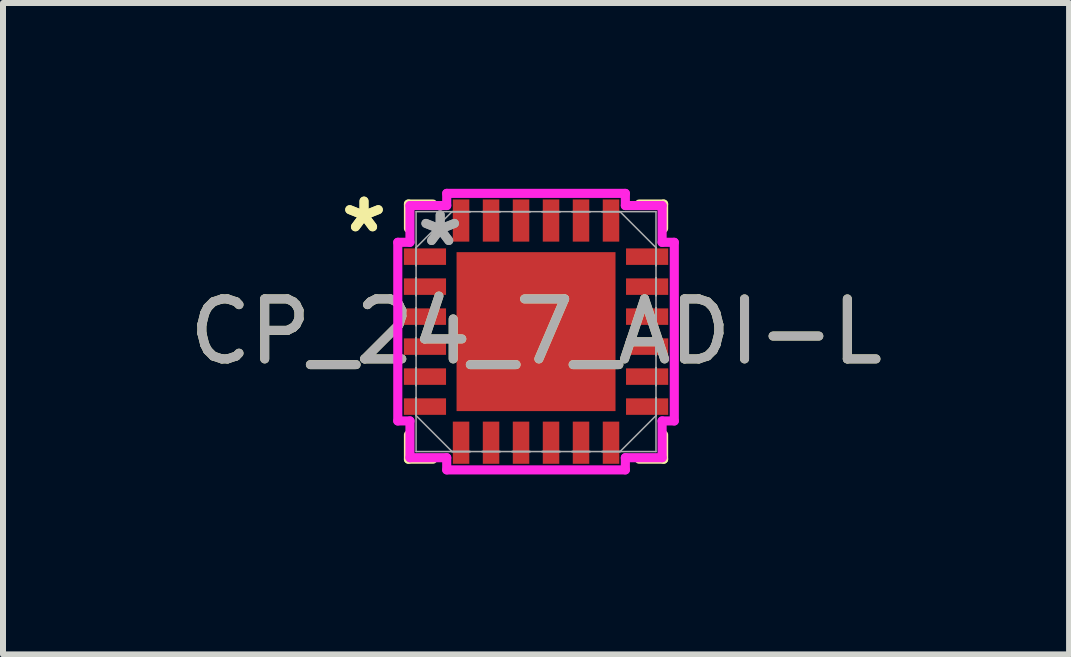
<source format=kicad_pcb>
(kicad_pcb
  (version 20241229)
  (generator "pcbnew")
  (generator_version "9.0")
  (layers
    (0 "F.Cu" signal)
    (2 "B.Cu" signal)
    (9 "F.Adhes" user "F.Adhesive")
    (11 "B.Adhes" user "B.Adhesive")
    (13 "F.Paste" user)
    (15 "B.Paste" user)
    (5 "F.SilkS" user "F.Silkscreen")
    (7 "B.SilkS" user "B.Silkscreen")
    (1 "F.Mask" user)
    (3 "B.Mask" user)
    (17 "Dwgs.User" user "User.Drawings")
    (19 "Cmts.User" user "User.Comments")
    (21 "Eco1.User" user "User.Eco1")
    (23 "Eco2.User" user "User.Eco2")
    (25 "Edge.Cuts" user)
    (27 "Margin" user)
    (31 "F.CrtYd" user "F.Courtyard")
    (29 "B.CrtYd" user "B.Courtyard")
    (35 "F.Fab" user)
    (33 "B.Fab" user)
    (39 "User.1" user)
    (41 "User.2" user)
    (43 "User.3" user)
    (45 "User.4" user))
  (footprint "CP_24_7_ADI-L"
    (layer "F.Cu")
    (at 5.887 2.479)
    (property "Reference" "CP_24_7_ADI-L" (at 0 0 0) (unlocked yes) (layer "F.SilkS") (effects (font (size 1 1) (thickness 0.15))))
    (attr smd)
    (fp_line (start -2.127 -2.127) (end -2.127 -1.72) (stroke (width 0.152) (type solid)) (layer "F.SilkS"))
    (fp_line (start -2.127 1.72) (end -2.127 2.127) (stroke (width 0.152) (type solid)) (layer "F.SilkS"))
    (fp_line (start -2.127 2.127) (end -1.72 2.127) (stroke (width 0.152) (type solid)) (layer "F.SilkS"))
    (fp_line (start -1.72 -2.127) (end -2.127 -2.127) (stroke (width 0.152) (type solid)) (layer "F.SilkS"))
    (fp_line (start 1.72 2.127) (end 2.127 2.127) (stroke (width 0.152) (type solid)) (layer "F.SilkS"))
    (fp_line (start 2.127 -2.127) (end 1.72 -2.127) (stroke (width 0.152) (type solid)) (layer "F.SilkS"))
    (fp_line (start 2.127 -1.72) (end 2.127 -2.127) (stroke (width 0.152) (type solid)) (layer "F.SilkS"))
    (fp_line (start 2.127 2.127) (end 2.127 1.72) (stroke (width 0.152) (type solid)) (layer "F.SilkS"))
    (fp_poly (pts (xy -1.225 -1.225) (xy -1.225 -0.1) (xy -0.1 -0.1) (xy -0.1 -1.225)) (stroke (width 0) (type solid)) (fill yes) (layer "F.Paste"))
    (fp_poly (pts (xy -1.225 0.1) (xy -1.225 1.225) (xy -0.1 1.225) (xy -0.1 0.1)) (stroke (width 0) (type solid)) (fill yes) (layer "F.Paste"))
    (fp_poly (pts (xy 0.1 -1.225) (xy 0.1 -0.1) (xy 1.225 -0.1) (xy 1.225 -1.225)) (stroke (width 0) (type solid)) (fill yes) (layer "F.Paste"))
    (fp_poly (pts (xy 0.1 0.1) (xy 0.1 1.225) (xy 1.225 1.225) (xy 1.225 0.1)) (stroke (width 0) (type solid)) (fill yes) (layer "F.Paste"))
    (fp_line (start -2.305 -1.489) (end -2.102 -1.489) (stroke (width 0.152) (type solid)) (layer "F.CrtYd"))
    (fp_line (start -2.305 1.489) (end -2.305 -1.489) (stroke (width 0.152) (type solid)) (layer "F.CrtYd"))
    (fp_line (start -2.102 -2.102) (end -1.489 -2.102) (stroke (width 0.152) (type solid)) (layer "F.CrtYd"))
    (fp_line (start -2.102 -1.489) (end -2.102 -2.102) (stroke (width 0.152) (type solid)) (layer "F.CrtYd"))
    (fp_line (start -2.102 1.489) (end -2.305 1.489) (stroke (width 0.152) (type solid)) (layer "F.CrtYd"))
    (fp_line (start -2.102 2.102) (end -2.102 1.489) (stroke (width 0.152) (type solid)) (layer "F.CrtYd"))
    (fp_line (start -1.489 -2.305) (end 1.489 -2.305) (stroke (width 0.152) (type solid)) (layer "F.CrtYd"))
    (fp_line (start -1.489 -2.102) (end -1.489 -2.305) (stroke (width 0.152) (type solid)) (layer "F.CrtYd"))
    (fp_line (start -1.489 2.102) (end -2.102 2.102) (stroke (width 0.152) (type solid)) (layer "F.CrtYd"))
    (fp_line (start -1.489 2.305) (end -1.489 2.102) (stroke (width 0.152) (type solid)) (layer "F.CrtYd"))
    (fp_line (start 1.489 -2.305) (end 1.489 -2.102) (stroke (width 0.152) (type solid)) (layer "F.CrtYd"))
    (fp_line (start 1.489 -2.102) (end 2.102 -2.102) (stroke (width 0.152) (type solid)) (layer "F.CrtYd"))
    (fp_line (start 1.489 2.102) (end 1.489 2.305) (stroke (width 0.152) (type solid)) (layer "F.CrtYd"))
    (fp_line (start 1.489 2.305) (end -1.489 2.305) (stroke (width 0.152) (type solid)) (layer "F.CrtYd"))
    (fp_line (start 2.102 -2.102) (end 2.102 -1.489) (stroke (width 0.152) (type solid)) (layer "F.CrtYd"))
    (fp_line (start 2.102 -1.489) (end 2.305 -1.489) (stroke (width 0.152) (type solid)) (layer "F.CrtYd"))
    (fp_line (start 2.102 1.489) (end 2.102 2.102) (stroke (width 0.152) (type solid)) (layer "F.CrtYd"))
    (fp_line (start 2.102 2.102) (end 1.489 2.102) (stroke (width 0.152) (type solid)) (layer "F.CrtYd"))
    (fp_line (start 2.305 -1.489) (end 2.305 1.489) (stroke (width 0.152) (type solid)) (layer "F.CrtYd"))
    (fp_line (start 2.305 1.489) (end 2.102 1.489) (stroke (width 0.152) (type solid)) (layer "F.CrtYd"))
    (fp_line (start -2 -2) (end -2 2) (stroke (width 0.025) (type solid)) (layer "F.Fab"))
    (fp_line (start -2 -1.4) (end -2 -1.4) (stroke (width 0.025) (type solid)) (layer "F.Fab"))
    (fp_line (start -2 -1.4) (end -2 -1.1) (stroke (width 0.025) (type solid)) (layer "F.Fab"))
    (fp_line (start -2 -1.4) (end -1.4 -2) (stroke (width 0.025) (type solid)) (layer "F.Fab"))
    (fp_line (start -2 -1.1) (end -2 -1.4) (stroke (width 0.025) (type solid)) (layer "F.Fab"))
    (fp_line (start -2 -1.1) (end -2 -1.1) (stroke (width 0.025) (type solid)) (layer "F.Fab"))
    (fp_line (start -2 -0.9) (end -2 -0.9) (stroke (width 0.025) (type solid)) (layer "F.Fab"))
    (fp_line (start -2 -0.9) (end -2 -0.6) (stroke (width 0.025) (type solid)) (layer "F.Fab"))
    (fp_line (start -2 -0.6) (end -2 -0.9) (stroke (width 0.025) (type solid)) (layer "F.Fab"))
    (fp_line (start -2 -0.6) (end -2 -0.6) (stroke (width 0.025) (type solid)) (layer "F.Fab"))
    (fp_line (start -2 -0.4) (end -2 -0.4) (stroke (width 0.025) (type solid)) (layer "F.Fab"))
    (fp_line (start -2 -0.4) (end -2 -0.1) (stroke (width 0.025) (type solid)) (layer "F.Fab"))
    (fp_line (start -2 -0.1) (end -2 -0.4) (stroke (width 0.025) (type solid)) (layer "F.Fab"))
    (fp_line (start -2 -0.1) (end -2 -0.1) (stroke (width 0.025) (type solid)) (layer "F.Fab"))
    (fp_line (start -2 0.1) (end -2 0.1) (stroke (width 0.025) (type solid)) (layer "F.Fab"))
    (fp_line (start -2 0.1) (end -2 0.4) (stroke (width 0.025) (type solid)) (layer "F.Fab"))
    (fp_line (start -2 0.4) (end -2 0.1) (stroke (width 0.025) (type solid)) (layer "F.Fab"))
    (fp_line (start -2 0.4) (end -2 0.4) (stroke (width 0.025) (type solid)) (layer "F.Fab"))
    (fp_line (start -2 0.6) (end -2 0.6) (stroke (width 0.025) (type solid)) (layer "F.Fab"))
    (fp_line (start -2 0.6) (end -2 0.9) (stroke (width 0.025) (type solid)) (layer "F.Fab"))
    (fp_line (start -2 0.9) (end -2 0.6) (stroke (width 0.025) (type solid)) (layer "F.Fab"))
    (fp_line (start -2 0.9) (end -2 0.9) (stroke (width 0.025) (type solid)) (layer "F.Fab"))
    (fp_line (start -2 1.1) (end -2 1.1) (stroke (width 0.025) (type solid)) (layer "F.Fab"))
    (fp_line (start -2 1.1) (end -2 1.4) (stroke (width 0.025) (type solid)) (layer "F.Fab"))
    (fp_line (start -2 1.4) (end -2 1.1) (stroke (width 0.025) (type solid)) (layer "F.Fab"))
    (fp_line (start -2 1.4) (end -2 1.4) (stroke (width 0.025) (type solid)) (layer "F.Fab"))
    (fp_line (start -2 2) (end 2 2) (stroke (width 0.025) (type solid)) (layer "F.Fab"))
    (fp_line (start -1.4 -2) (end -1.4 -2) (stroke (width 0.025) (type solid)) (layer "F.Fab"))
    (fp_line (start -1.4 -2) (end -1.1 -2) (stroke (width 0.025) (type solid)) (layer "F.Fab"))
    (fp_line (start -1.4 2) (end -2 1.4) (stroke (width 0.025) (type solid)) (layer "F.Fab"))
    (fp_line (start -1.4 2) (end -1.4 2) (stroke (width 0.025) (type solid)) (layer "F.Fab"))
    (fp_line (start -1.4 2) (end -1.1 2) (stroke (width 0.025) (type solid)) (layer "F.Fab"))
    (fp_line (start -1.1 -2) (end -1.4 -2) (stroke (width 0.025) (type solid)) (layer "F.Fab"))
    (fp_line (start -1.1 -2) (end -1.1 -2) (stroke (width 0.025) (type solid)) (layer "F.Fab"))
    (fp_line (start -1.1 2) (end -1.4 2) (stroke (width 0.025) (type solid)) (layer "F.Fab"))
    (fp_line (start -1.1 2) (end -1.1 2) (stroke (width 0.025) (type solid)) (layer "F.Fab"))
    (fp_line (start -0.9 -2) (end -0.9 -2) (stroke (width 0.025) (type solid)) (layer "F.Fab"))
    (fp_line (start -0.9 -2) (end -0.6 -2) (stroke (width 0.025) (type solid)) (layer "F.Fab"))
    (fp_line (start -0.9 2) (end -0.9 2) (stroke (width 0.025) (type solid)) (layer "F.Fab"))
    (fp_line (start -0.9 2) (end -0.6 2) (stroke (width 0.025) (type solid)) (layer "F.Fab"))
    (fp_line (start -0.6 -2) (end -0.9 -2) (stroke (width 0.025) (type solid)) (layer "F.Fab"))
    (fp_line (start -0.6 -2) (end -0.6 -2) (stroke (width 0.025) (type solid)) (layer "F.Fab"))
    (fp_line (start -0.6 2) (end -0.9 2) (stroke (width 0.025) (type solid)) (layer "F.Fab"))
    (fp_line (start -0.6 2) (end -0.6 2) (stroke (width 0.025) (type solid)) (layer "F.Fab"))
    (fp_line (start -0.4 -2) (end -0.4 -2) (stroke (width 0.025) (type solid)) (layer "F.Fab"))
    (fp_line (start -0.4 -2) (end -0.1 -2) (stroke (width 0.025) (type solid)) (layer "F.Fab"))
    (fp_line (start -0.4 2) (end -0.4 2) (stroke (width 0.025) (type solid)) (layer "F.Fab"))
    (fp_line (start -0.4 2) (end -0.1 2) (stroke (width 0.025) (type solid)) (layer "F.Fab"))
    (fp_line (start -0.1 -2) (end -0.4 -2) (stroke (width 0.025) (type solid)) (layer "F.Fab"))
    (fp_line (start -0.1 -2) (end -0.1 -2) (stroke (width 0.025) (type solid)) (layer "F.Fab"))
    (fp_line (start -0.1 2) (end -0.4 2) (stroke (width 0.025) (type solid)) (layer "F.Fab"))
    (fp_line (start -0.1 2) (end -0.1 2) (stroke (width 0.025) (type solid)) (layer "F.Fab"))
    (fp_line (start 0.1 -2) (end 0.1 -2) (stroke (width 0.025) (type solid)) (layer "F.Fab"))
    (fp_line (start 0.1 -2) (end 0.4 -2) (stroke (width 0.025) (type solid)) (layer "F.Fab"))
    (fp_line (start 0.1 2) (end 0.1 2) (stroke (width 0.025) (type solid)) (layer "F.Fab"))
    (fp_line (start 0.1 2) (end 0.4 2) (stroke (width 0.025) (type solid)) (layer "F.Fab"))
    (fp_line (start 0.4 -2) (end 0.1 -2) (stroke (width 0.025) (type solid)) (layer "F.Fab"))
    (fp_line (start 0.4 -2) (end 0.4 -2) (stroke (width 0.025) (type solid)) (layer "F.Fab"))
    (fp_line (start 0.4 2) (end 0.1 2) (stroke (width 0.025) (type solid)) (layer "F.Fab"))
    (fp_line (start 0.4 2) (end 0.4 2) (stroke (width 0.025) (type solid)) (layer "F.Fab"))
    (fp_line (start 0.6 -2) (end 0.6 -2) (stroke (width 0.025) (type solid)) (layer "F.Fab"))
    (fp_line (start 0.6 -2) (end 0.9 -2) (stroke (width 0.025) (type solid)) (layer "F.Fab"))
    (fp_line (start 0.6 2) (end 0.6 2) (stroke (width 0.025) (type solid)) (layer "F.Fab"))
    (fp_line (start 0.6 2) (end 0.9 2) (stroke (width 0.025) (type solid)) (layer "F.Fab"))
    (fp_line (start 0.9 -2) (end 0.6 -2) (stroke (width 0.025) (type solid)) (layer "F.Fab"))
    (fp_line (start 0.9 -2) (end 0.9 -2) (stroke (width 0.025) (type solid)) (layer "F.Fab"))
    (fp_line (start 0.9 2) (end 0.6 2) (stroke (width 0.025) (type solid)) (layer "F.Fab"))
    (fp_line (start 0.9 2) (end 0.9 2) (stroke (width 0.025) (type solid)) (layer "F.Fab"))
    (fp_line (start 1.1 -2) (end 1.1 -2) (stroke (width 0.025) (type solid)) (layer "F.Fab"))
    (fp_line (start 1.1 -2) (end 1.4 -2) (stroke (width 0.025) (type solid)) (layer "F.Fab"))
    (fp_line (start 1.1 2) (end 1.1 2) (stroke (width 0.025) (type solid)) (layer "F.Fab"))
    (fp_line (start 1.1 2) (end 1.4 2) (stroke (width 0.025) (type solid)) (layer "F.Fab"))
    (fp_line (start 1.4 -2) (end 1.1 -2) (stroke (width 0.025) (type solid)) (layer "F.Fab"))
    (fp_line (start 1.4 -2) (end 1.4 -2) (stroke (width 0.025) (type solid)) (layer "F.Fab"))
    (fp_line (start 1.4 -2) (end 2 -1.4) (stroke (width 0.025) (type solid)) (layer "F.Fab"))
    (fp_line (start 1.4 2) (end 1.1 2) (stroke (width 0.025) (type solid)) (layer "F.Fab"))
    (fp_line (start 1.4 2) (end 1.4 2) (stroke (width 0.025) (type solid)) (layer "F.Fab"))
    (fp_line (start 1.4 2) (end 2 1.4) (stroke (width 0.025) (type solid)) (layer "F.Fab"))
    (fp_line (start 2 -2) (end -2 -2) (stroke (width 0.025) (type solid)) (layer "F.Fab"))
    (fp_line (start 2 -1.4) (end 2 -1.4) (stroke (width 0.025) (type solid)) (layer "F.Fab"))
    (fp_line (start 2 -1.4) (end 2 -1.1) (stroke (width 0.025) (type solid)) (layer "F.Fab"))
    (fp_line (start 2 -1.1) (end 2 -1.4) (stroke (width 0.025) (type solid)) (layer "F.Fab"))
    (fp_line (start 2 -1.1) (end 2 -1.1) (stroke (width 0.025) (type solid)) (layer "F.Fab"))
    (fp_line (start 2 -0.9) (end 2 -0.9) (stroke (width 0.025) (type solid)) (layer "F.Fab"))
    (fp_line (start 2 -0.9) (end 2 -0.6) (stroke (width 0.025) (type solid)) (layer "F.Fab"))
    (fp_line (start 2 -0.6) (end 2 -0.9) (stroke (width 0.025) (type solid)) (layer "F.Fab"))
    (fp_line (start 2 -0.6) (end 2 -0.6) (stroke (width 0.025) (type solid)) (layer "F.Fab"))
    (fp_line (start 2 -0.4) (end 2 -0.4) (stroke (width 0.025) (type solid)) (layer "F.Fab"))
    (fp_line (start 2 -0.4) (end 2 -0.1) (stroke (width 0.025) (type solid)) (layer "F.Fab"))
    (fp_line (start 2 -0.1) (end 2 -0.4) (stroke (width 0.025) (type solid)) (layer "F.Fab"))
    (fp_line (start 2 -0.1) (end 2 -0.1) (stroke (width 0.025) (type solid)) (layer "F.Fab"))
    (fp_line (start 2 0.1) (end 2 0.1) (stroke (width 0.025) (type solid)) (layer "F.Fab"))
    (fp_line (start 2 0.1) (end 2 0.4) (stroke (width 0.025) (type solid)) (layer "F.Fab"))
    (fp_line (start 2 0.4) (end 2 0.1) (stroke (width 0.025) (type solid)) (layer "F.Fab"))
    (fp_line (start 2 0.4) (end 2 0.4) (stroke (width 0.025) (type solid)) (layer "F.Fab"))
    (fp_line (start 2 0.6) (end 2 0.6) (stroke (width 0.025) (type solid)) (layer "F.Fab"))
    (fp_line (start 2 0.6) (end 2 0.9) (stroke (width 0.025) (type solid)) (layer "F.Fab"))
    (fp_line (start 2 0.9) (end 2 0.6) (stroke (width 0.025) (type solid)) (layer "F.Fab"))
    (fp_line (start 2 0.9) (end 2 0.9) (stroke (width 0.025) (type solid)) (layer "F.Fab"))
    (fp_line (start 2 1.1) (end 2 1.1) (stroke (width 0.025) (type solid)) (layer "F.Fab"))
    (fp_line (start 2 1.1) (end 2 1.4) (stroke (width 0.025) (type solid)) (layer "F.Fab"))
    (fp_line (start 2 1.4) (end 2 1.1) (stroke (width 0.025) (type solid)) (layer "F.Fab"))
    (fp_line (start 2 1.4) (end 2 1.4) (stroke (width 0.025) (type solid)) (layer "F.Fab"))
    (fp_line (start 2 2) (end 2 -2) (stroke (width 0.025) (type solid)) (layer "F.Fab"))
    (fp_text user "*" (at -2.868 -1.631 0) (layer "F.SilkS") (effects (font (size 1 1) (thickness 0.15))))
    (fp_text user "*" (at -2.868 -1.631 0) (unlocked yes) (layer "F.SilkS") (effects (font (size 1 1) (thickness 0.15))))
    (fp_text user "${REFERENCE}" (at 0 0 0) (unlocked yes) (layer "F.Fab") (effects (font (size 1 1) (thickness 0.15))))
    (fp_text user "*" (at -1.598 -1.402 0) (layer "F.Fab") (effects (font (size 1 1) (thickness 0.15))))
    (fp_text user "*" (at -1.598 -1.402 0) (unlocked yes) (layer "F.Fab") (effects (font (size 1 1) (thickness 0.15))))
    (pad "1" smd rect (at 1.25 -1.852) (size 0.275 0.703) (layers "F.Cu" "F.Mask" "F.Paste"))
    (pad "2" smd rect (at 0.75 -1.852) (size 0.275 0.703) (layers "F.Cu" "F.Mask" "F.Paste"))
    (pad "3" smd rect (at 0.25 -1.852) (size 0.275 0.703) (layers "F.Cu" "F.Mask" "F.Paste"))
    (pad "4" smd rect (at -0.25 -1.852) (size 0.275 0.703) (layers "F.Cu" "F.Mask" "F.Paste"))
    (pad "5" smd rect (at -0.75 -1.852) (size 0.275 0.703) (layers "F.Cu" "F.Mask" "F.Paste"))
    (pad "6" smd rect (at -1.25 -1.852) (size 0.275 0.703) (layers "F.Cu" "F.Mask" "F.Paste"))
    (pad "7" smd rect (at -1.852 -1.25 90) (size 0.275 0.703) (layers "F.Cu" "F.Mask" "F.Paste"))
    (pad "8" smd rect (at -1.852 -0.75 90) (size 0.275 0.703) (layers "F.Cu" "F.Mask" "F.Paste"))
    (pad "9" smd rect (at -1.852 -0.25 90) (size 0.275 0.703) (layers "F.Cu" "F.Mask" "F.Paste"))
    (pad "10" smd rect (at -1.852 0.25 90) (size 0.275 0.703) (layers "F.Cu" "F.Mask" "F.Paste"))
    (pad "11" smd rect (at -1.852 0.75 90) (size 0.275 0.703) (layers "F.Cu" "F.Mask" "F.Paste"))
    (pad "12" smd rect (at -1.852 1.25 90) (size 0.275 0.703) (layers "F.Cu" "F.Mask" "F.Paste"))
    (pad "13" smd rect (at -1.25 1.852) (size 0.275 0.703) (layers "F.Cu" "F.Mask" "F.Paste"))
    (pad "14" smd rect (at -0.75 1.852) (size 0.275 0.703) (layers "F.Cu" "F.Mask" "F.Paste"))
    (pad "15" smd rect (at -0.25 1.852) (size 0.275 0.703) (layers "F.Cu" "F.Mask" "F.Paste"))
    (pad "16" smd rect (at 0.25 1.852) (size 0.275 0.703) (layers "F.Cu" "F.Mask" "F.Paste"))
    (pad "17" smd rect (at 0.75 1.852) (size 0.275 0.703) (layers "F.Cu" "F.Mask" "F.Paste"))
    (pad "18" smd rect (at 1.25 1.852) (size 0.275 0.703) (layers "F.Cu" "F.Mask" "F.Paste"))
    (pad "19" smd rect (at 1.852 1.25 90) (size 0.275 0.703) (layers "F.Cu" "F.Mask" "F.Paste"))
    (pad "20" smd rect (at 1.852 0.75 90) (size 0.275 0.703) (layers "F.Cu" "F.Mask" "F.Paste"))
    (pad "21" smd rect (at 1.852 0.25 90) (size 0.275 0.703) (layers "F.Cu" "F.Mask" "F.Paste"))
    (pad "22" smd rect (at 1.852 -0.25 90) (size 0.275 0.703) (layers "F.Cu" "F.Mask" "F.Paste"))
    (pad "23" smd rect (at 1.852 -0.75 90) (size 0.275 0.703) (layers "F.Cu" "F.Mask" "F.Paste"))
    (pad "24" smd rect (at 1.852 -1.25 90) (size 0.275 0.703) (layers "F.Cu" "F.Mask" "F.Paste"))
    (pad "HTAB" smd rect (at 0 0) (size 2.65 2.65) (layers "F.Cu" "F.Mask" "F.Paste")))
  (gr_rect
    (start -3 -3)
    (end 14.774 7.86)
    (stroke (width 0.1) (type default))
    (fill no)
    (layer "Edge.Cuts")))
</source>
